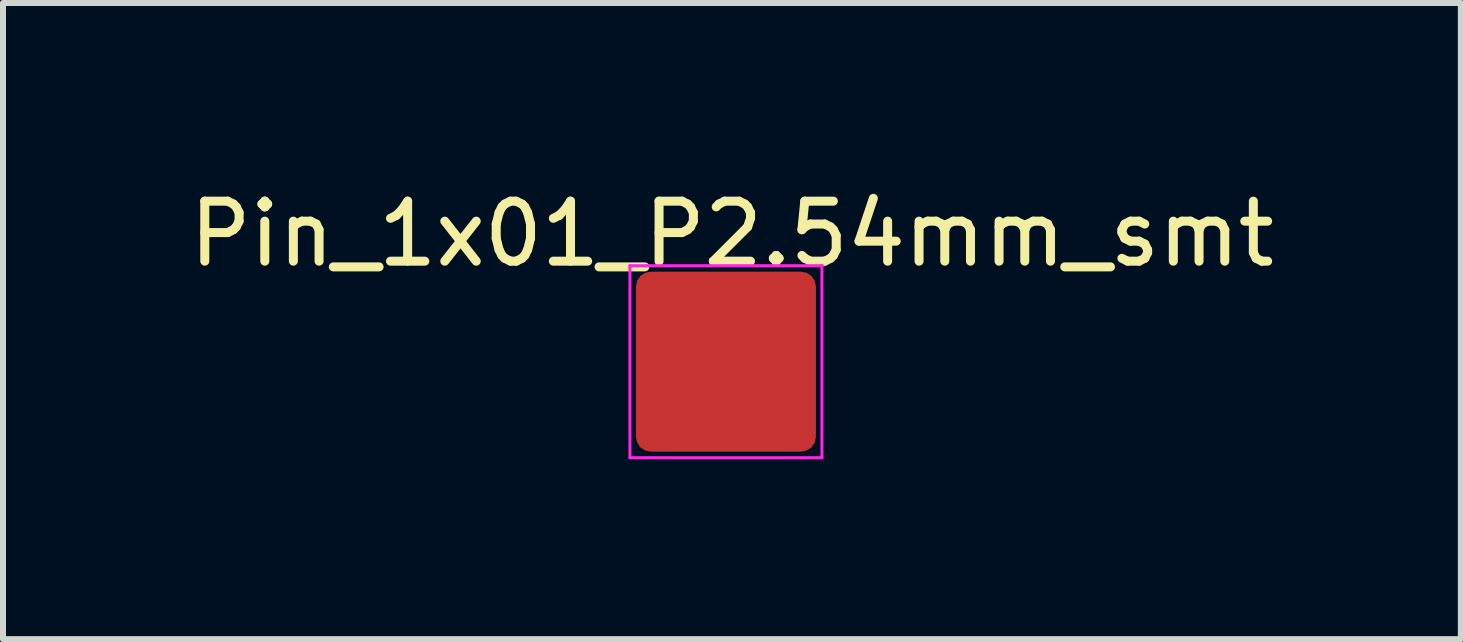
<source format=kicad_pcb>
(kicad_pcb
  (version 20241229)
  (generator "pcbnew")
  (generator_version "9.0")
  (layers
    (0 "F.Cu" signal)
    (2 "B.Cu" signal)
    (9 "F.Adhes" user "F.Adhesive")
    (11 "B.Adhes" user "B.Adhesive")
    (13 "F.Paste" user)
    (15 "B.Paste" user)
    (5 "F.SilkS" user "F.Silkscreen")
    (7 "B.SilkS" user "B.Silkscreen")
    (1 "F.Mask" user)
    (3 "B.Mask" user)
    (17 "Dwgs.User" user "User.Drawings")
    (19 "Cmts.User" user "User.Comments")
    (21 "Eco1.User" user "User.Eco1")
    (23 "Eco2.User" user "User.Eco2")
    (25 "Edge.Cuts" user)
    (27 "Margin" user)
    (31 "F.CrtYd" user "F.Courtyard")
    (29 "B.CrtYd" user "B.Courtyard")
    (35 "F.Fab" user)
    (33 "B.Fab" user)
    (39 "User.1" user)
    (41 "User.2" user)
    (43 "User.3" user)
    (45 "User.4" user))
  (footprint "Pin_1x01_P2.54mm_smt"
    (layer "F.Cu")
    (at 9.149 3.178)
    (property "Reference" "Pin_1x01_P2.54mm_smt" (at 0 -2.33 0) (layer "F.SilkS") (effects (font (size 1 1) (thickness 0.15))))
    (attr through_hole)
    (fp_line (start -1.7 -1.8) (end -1.7 1.4) (stroke (width 0.05) (type solid)) (layer "F.CrtYd"))
    (fp_line (start -1.7 1.4) (end 1.5 1.4) (stroke (width 0.05) (type solid)) (layer "F.CrtYd"))
    (fp_line (start 1.5 -1.8) (end -1.7 -1.8) (stroke (width 0.05) (type solid)) (layer "F.CrtYd"))
    (fp_line (start 1.5 1.4) (end 1.5 -1.8) (stroke (width 0.05) (type solid)) (layer "F.CrtYd"))
    (pad "1" smd roundrect (at -0.1 -0.2) (size 3 3) (layers "F.Cu" "F.Mask" "F.Paste") (roundrect_rratio 0.083)))
  (gr_rect
    (start -3 -3)
    (end 21.298 7.603)
    (stroke (width 0.1) (type default))
    (fill no)
    (layer "Edge.Cuts")))
</source>
